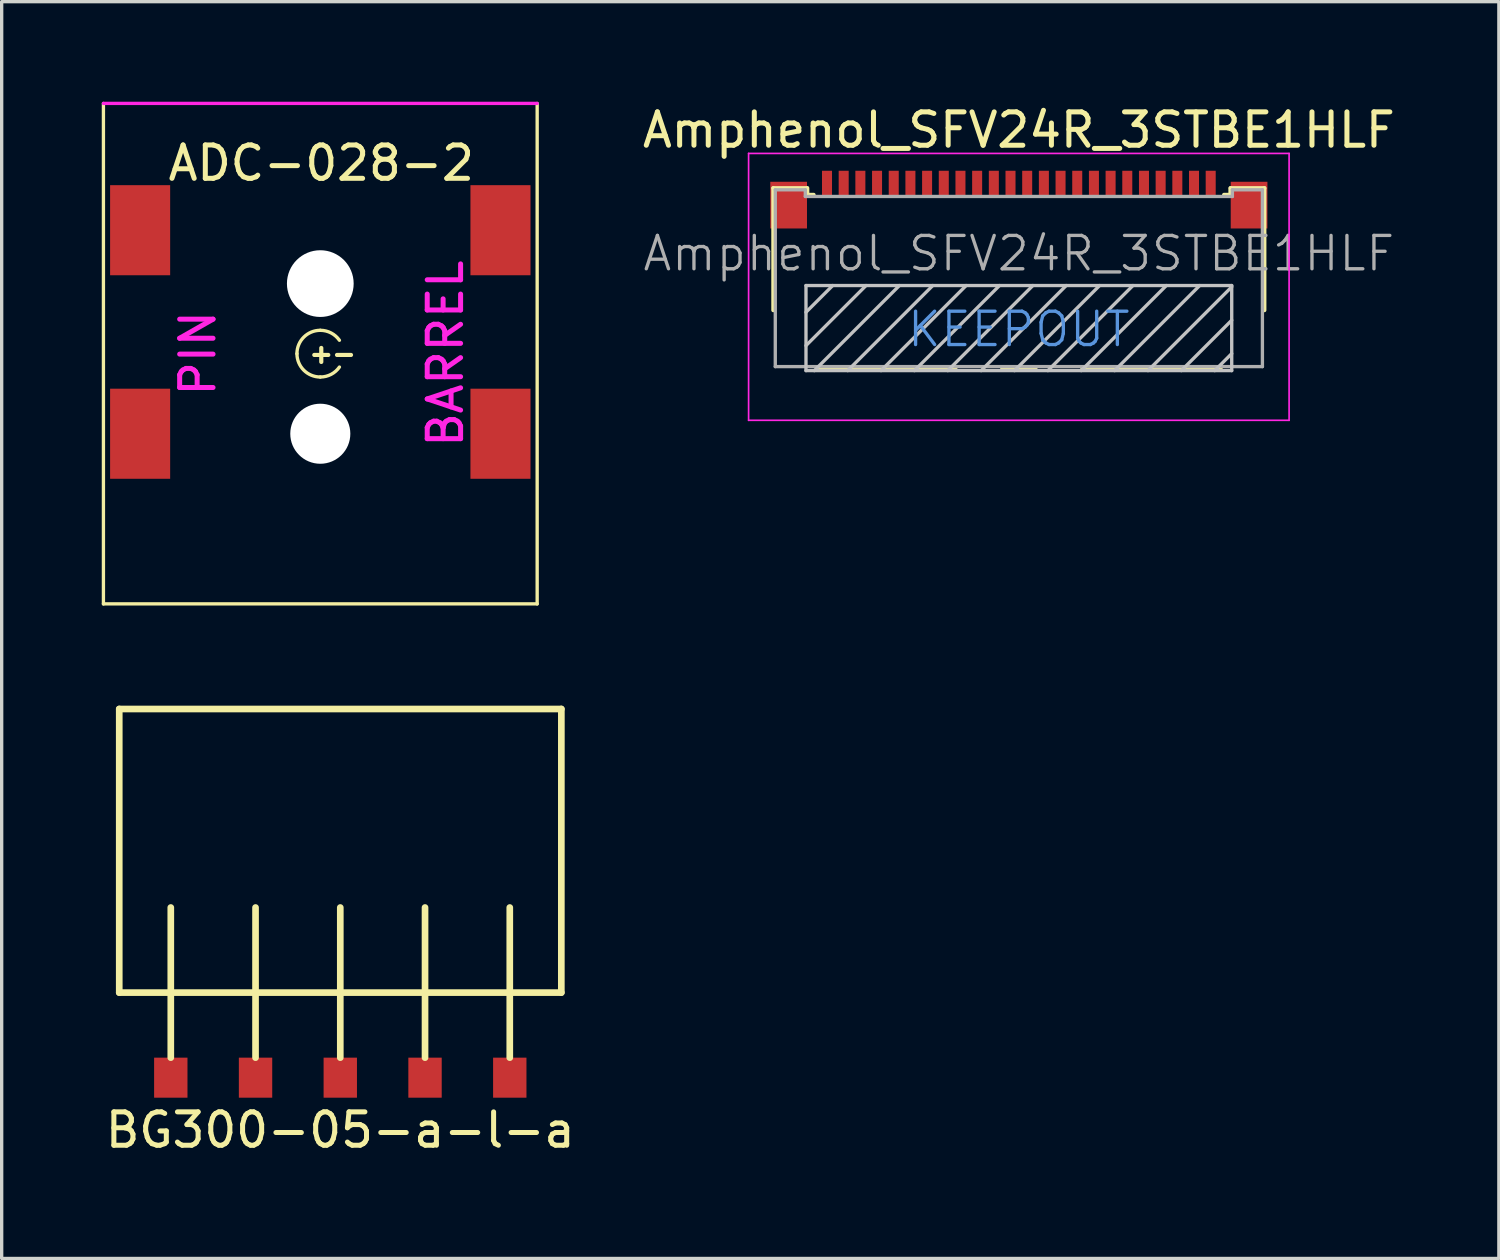
<source format=kicad_pcb>
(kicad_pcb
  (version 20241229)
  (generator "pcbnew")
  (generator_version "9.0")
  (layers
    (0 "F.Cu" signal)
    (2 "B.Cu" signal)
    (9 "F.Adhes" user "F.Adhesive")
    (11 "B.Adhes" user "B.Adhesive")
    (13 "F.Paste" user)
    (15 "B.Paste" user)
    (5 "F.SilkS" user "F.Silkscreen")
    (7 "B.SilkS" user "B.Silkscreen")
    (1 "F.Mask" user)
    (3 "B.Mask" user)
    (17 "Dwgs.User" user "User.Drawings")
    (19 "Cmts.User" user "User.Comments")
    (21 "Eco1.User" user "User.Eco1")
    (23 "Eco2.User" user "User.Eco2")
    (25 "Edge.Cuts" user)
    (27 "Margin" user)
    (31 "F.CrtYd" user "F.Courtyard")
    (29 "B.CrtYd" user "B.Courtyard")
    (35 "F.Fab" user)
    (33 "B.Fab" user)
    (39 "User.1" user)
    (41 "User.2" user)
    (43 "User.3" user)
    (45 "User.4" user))
  (footprint "BG300-05-a-l-a"
    (layer "F.Cu")
    (at 7.149 29.25)
    (property "Reference" "BG300-05-a-l-a" (at 0 1.57 0) (layer "F.SilkS") (effects (font (size 1 1) (thickness 0.15))))
    (attr through_hole)
    (fp_line (start -6.625 -11.05) (end -6.625 -2.55) (stroke (width 0.2) (type solid)) (layer "F.SilkS"))
    (fp_line (start -6.625 -2.55) (end 6.625 -2.55) (stroke (width 0.2) (type solid)) (layer "F.SilkS"))
    (fp_line (start -5.08 -0.6) (end -5.08 -5.1) (stroke (width 0.2) (type solid)) (layer "F.SilkS"))
    (fp_line (start -2.54 -0.6) (end -2.54 -5.1) (stroke (width 0.2) (type solid)) (layer "F.SilkS"))
    (fp_line (start 0 -0.6) (end 0 -5.1) (stroke (width 0.2) (type solid)) (layer "F.SilkS"))
    (fp_line (start 2.54 -0.6) (end 2.54 -5.1) (stroke (width 0.2) (type solid)) (layer "F.SilkS"))
    (fp_line (start 5.08 -0.6) (end 5.08 -5.1) (stroke (width 0.2) (type solid)) (layer "F.SilkS"))
    (fp_line (start 6.625 -11.05) (end -6.625 -11.05) (stroke (width 0.2) (type solid)) (layer "F.SilkS"))
    (fp_line (start 6.625 -2.55) (end 6.626 -11.05) (stroke (width 0.2) (type solid)) (layer "F.SilkS"))
    (pad "1" smd rect (at -5.08 0) (size 1 1.2) (layers "F.Cu" "F.Mask" "F.Paste"))
    (pad "2" smd rect (at -2.54 0) (size 1 1.2) (layers "F.Cu" "F.Mask" "F.Paste"))
    (pad "3" smd rect (at 0 0) (size 1 1.2) (layers "F.Cu" "F.Mask" "F.Paste"))
    (pad "4" smd rect (at 2.54 0) (size 1 1.2) (layers "F.Cu" "F.Mask" "F.Paste"))
    (pad "5" smd rect (at 5.08 0) (size 1 1.2) (layers "F.Cu" "F.Mask" "F.Paste")))
  (footprint "Amphenol_SFV24R_3STBE1HLF"
    (layer "F.Cu")
    (at 27.487 5.548)
    (property "Reference" "Amphenol_SFV24R_3STBE1HLF" (at 0 -4.7 0) (layer "F.SilkS") (effects (font (size 1 1) (thickness 0.15))))
    (attr smd)
    (fp_line (start -7.36 -2.96) (end -6.35 -2.96) (stroke (width 0.12) (type solid)) (layer "F.SilkS"))
    (fp_line (start -7.36 0.7) (end -7.36 -2.96) (stroke (width 0.12) (type solid)) (layer "F.SilkS"))
    (fp_line (start -6.34 -2.76) (end -6.34 -2.96) (stroke (width 0.12) (type solid)) (layer "F.SilkS"))
    (fp_line (start -6.34 -2.76) (end -6.15 -2.76) (stroke (width 0.12) (type solid)) (layer "F.SilkS"))
    (fp_line (start -6.05 2.45) (end -1.9 2.45) (stroke (width 0.12) (type solid)) (layer "F.SilkS"))
    (fp_line (start -0.5 2.45) (end 0.5 2.45) (stroke (width 0.12) (type solid)) (layer "F.SilkS"))
    (fp_line (start 1.9 2.45) (end 6.05 2.45) (stroke (width 0.12) (type solid)) (layer "F.SilkS"))
    (fp_line (start 6.34 -2.96) (end 6.34 -2.76) (stroke (width 0.12) (type solid)) (layer "F.SilkS"))
    (fp_line (start 6.34 -2.76) (end 6.15 -2.76) (stroke (width 0.12) (type solid)) (layer "F.SilkS"))
    (fp_line (start 6.35 -2.96) (end 7.36 -2.96) (stroke (width 0.12) (type solid)) (layer "F.SilkS"))
    (fp_line (start 7.36 -2.96) (end 7.36 0.7) (stroke (width 0.12) (type solid)) (layer "F.SilkS"))
    (fp_line (start -6.38 -0.04) (end 6.38 -0.04) (stroke (width 0.1) (type solid)) (layer "Dwgs.User"))
    (fp_line (start -6.38 0.76) (end -5.58 -0.04) (stroke (width 0.1) (type solid)) (layer "Dwgs.User"))
    (fp_line (start -6.38 1.76) (end -4.58 -0.04) (stroke (width 0.1) (type solid)) (layer "Dwgs.User"))
    (fp_line (start -6.38 2.51) (end -6.38 -0.04) (stroke (width 0.1) (type solid)) (layer "Dwgs.User"))
    (fp_line (start -6.13 2.51) (end -3.58 -0.04) (stroke (width 0.1) (type solid)) (layer "Dwgs.User"))
    (fp_line (start -5.13 2.51) (end -2.58 -0.04) (stroke (width 0.1) (type solid)) (layer "Dwgs.User"))
    (fp_line (start -4.13 2.51) (end -1.58 -0.04) (stroke (width 0.1) (type solid)) (layer "Dwgs.User"))
    (fp_line (start -3.13 2.51) (end -0.58 -0.04) (stroke (width 0.1) (type solid)) (layer "Dwgs.User"))
    (fp_line (start -2.13 2.51) (end 0.42 -0.04) (stroke (width 0.1) (type solid)) (layer "Dwgs.User"))
    (fp_line (start -1.13 2.51) (end 1.42 -0.04) (stroke (width 0.1) (type solid)) (layer "Dwgs.User"))
    (fp_line (start -0.13 2.51) (end 2.42 -0.04) (stroke (width 0.1) (type solid)) (layer "Dwgs.User"))
    (fp_line (start 0.87 2.51) (end 3.42 -0.04) (stroke (width 0.1) (type solid)) (layer "Dwgs.User"))
    (fp_line (start 1.87 2.51) (end 4.42 -0.04) (stroke (width 0.1) (type solid)) (layer "Dwgs.User"))
    (fp_line (start 2.87 2.51) (end 5.42 -0.04) (stroke (width 0.1) (type solid)) (layer "Dwgs.User"))
    (fp_line (start 3.87 2.51) (end 6.38 0) (stroke (width 0.1) (type solid)) (layer "Dwgs.User"))
    (fp_line (start 4.87 2.51) (end 6.38 1) (stroke (width 0.1) (type solid)) (layer "Dwgs.User"))
    (fp_line (start 5.87 2.51) (end 6.38 2) (stroke (width 0.1) (type solid)) (layer "Dwgs.User"))
    (fp_line (start 6.38 -0.04) (end 6.38 2.51) (stroke (width 0.1) (type solid)) (layer "Dwgs.User"))
    (fp_line (start 6.38 2.51) (end -6.38 2.51) (stroke (width 0.1) (type solid)) (layer "Dwgs.User"))
    (fp_line (start -8.1 -4) (end 8.1 -4) (stroke (width 0.05) (type solid)) (layer "F.CrtYd"))
    (fp_line (start -8.1 4) (end -8.1 -4) (stroke (width 0.05) (type solid)) (layer "F.CrtYd"))
    (fp_line (start 8.1 -4) (end 8.1 4) (stroke (width 0.05) (type solid)) (layer "F.CrtYd"))
    (fp_line (start 8.1 4) (end -8.1 4) (stroke (width 0.05) (type solid)) (layer "F.CrtYd"))
    (fp_line (start -7.3 -2.91) (end -7.3 2.39) (stroke (width 0.1) (type solid)) (layer "F.Fab"))
    (fp_line (start -7.3 2.39) (end 7.3 2.39) (stroke (width 0.1) (type solid)) (layer "F.Fab"))
    (fp_line (start -6.4 -2.91) (end -7.3 -2.91) (stroke (width 0.1) (type solid)) (layer "F.Fab"))
    (fp_line (start -6.4 -2.71) (end -6.4 -2.91) (stroke (width 0.1) (type solid)) (layer "F.Fab"))
    (fp_line (start 6.4 -2.91) (end 6.4 -2.71) (stroke (width 0.1) (type solid)) (layer "F.Fab"))
    (fp_line (start 6.4 -2.71) (end -6.4 -2.71) (stroke (width 0.1) (type solid)) (layer "F.Fab"))
    (fp_line (start 7.3 -2.91) (end 6.4 -2.91) (stroke (width 0.1) (type solid)) (layer "F.Fab"))
    (fp_line (start 7.3 -2.91) (end 7.3 2.39) (stroke (width 0.1) (type solid)) (layer "F.Fab"))
    (fp_text user "KEEPOUT" (at 0 1.271 0) (layer "Cmts.User") (effects (font (size 1 1) (thickness 0.1))))
    (fp_text user "${REFERENCE}" (at 0 -1 0) (layer "F.Fab") (effects (font (size 1 1) (thickness 0.1))))
    (pad "1" smd rect (at -5.75 -3.08) (size 0.3 0.8) (layers "F.Cu" "F.Mask" "F.Paste"))
    (pad "2" smd rect (at -5.25 -3.08) (size 0.3 0.8) (layers "F.Cu" "F.Mask" "F.Paste"))
    (pad "3" smd rect (at -4.75 -3.08) (size 0.3 0.8) (layers "F.Cu" "F.Mask" "F.Paste"))
    (pad "4" smd rect (at -4.25 -3.08) (size 0.3 0.8) (layers "F.Cu" "F.Mask" "F.Paste"))
    (pad "5" smd rect (at -3.75 -3.08) (size 0.3 0.8) (layers "F.Cu" "F.Mask" "F.Paste"))
    (pad "6" smd rect (at -3.25 -3.08) (size 0.3 0.8) (layers "F.Cu" "F.Mask" "F.Paste"))
    (pad "7" smd rect (at -2.75 -3.08) (size 0.3 0.8) (layers "F.Cu" "F.Mask" "F.Paste"))
    (pad "8" smd rect (at -2.25 -3.08) (size 0.3 0.8) (layers "F.Cu" "F.Mask" "F.Paste"))
    (pad "9" smd rect (at -1.75 -3.08) (size 0.3 0.8) (layers "F.Cu" "F.Mask" "F.Paste"))
    (pad "10" smd rect (at -1.25 -3.08) (size 0.3 0.8) (layers "F.Cu" "F.Mask" "F.Paste"))
    (pad "11" smd rect (at -0.75 -3.08) (size 0.3 0.8) (layers "F.Cu" "F.Mask" "F.Paste"))
    (pad "12" smd rect (at -0.25 -3.08) (size 0.3 0.8) (layers "F.Cu" "F.Mask" "F.Paste"))
    (pad "13" smd rect (at 0.25 -3.08) (size 0.3 0.8) (layers "F.Cu" "F.Mask" "F.Paste"))
    (pad "14" smd rect (at 0.75 -3.08) (size 0.3 0.8) (layers "F.Cu" "F.Mask" "F.Paste"))
    (pad "15" smd rect (at 1.25 -3.08) (size 0.3 0.8) (layers "F.Cu" "F.Mask" "F.Paste"))
    (pad "16" smd rect (at 1.75 -3.08) (size 0.3 0.8) (layers "F.Cu" "F.Mask" "F.Paste"))
    (pad "17" smd rect (at 2.25 -3.08) (size 0.3 0.8) (layers "F.Cu" "F.Mask" "F.Paste"))
    (pad "18" smd rect (at 2.75 -3.08) (size 0.3 0.8) (layers "F.Cu" "F.Mask" "F.Paste"))
    (pad "19" smd rect (at 3.25 -3.08) (size 0.3 0.8) (layers "F.Cu" "F.Mask" "F.Paste"))
    (pad "20" smd rect (at 3.75 -3.08) (size 0.3 0.8) (layers "F.Cu" "F.Mask" "F.Paste"))
    (pad "21" smd rect (at 4.25 -3.08) (size 0.3 0.8) (layers "F.Cu" "F.Mask" "F.Paste"))
    (pad "22" smd rect (at 4.75 -3.08) (size 0.3 0.8) (layers "F.Cu" "F.Mask" "F.Paste"))
    (pad "23" smd rect (at 5.25 -3.08) (size 0.3 0.8) (layers "F.Cu" "F.Mask" "F.Paste"))
    (pad "24" smd rect (at 5.75 -3.08) (size 0.3 0.8) (layers "F.Cu" "F.Mask" "F.Paste"))
    (pad "25" smd rect (at -6.9 -2.45) (size 1.1 1.4) (layers "F.Cu" "F.Mask" "F.Paste"))
    (pad "25" smd rect (at 6.9 -2.45) (size 1.1 1.4) (layers "F.Cu" "F.Mask" "F.Paste")))
  (footprint "ADC-028-2"
    (layer "F.Cu")
    (at 6.55 7.55)
    (property "Reference" "ADC-028-2" (at 0.03 -5.71 0) (layer "F.SilkS") (effects (font (size 1 1) (thickness 0.15))))
    (attr through_hole)
    (fp_line (start -6.5 7.5) (end -6.5 -7.5) (stroke (width 0.1) (type solid)) (layer "F.SilkS"))
    (fp_line (start 6.5 -7.5) (end 6.5 7.5) (stroke (width 0.1) (type solid)) (layer "F.SilkS"))
    (fp_line (start 6.5 7.5) (end -6.5 7.5) (stroke (width 0.1) (type solid)) (layer "F.SilkS"))
    (fp_arc (start -0.7 0) (mid -0.494975 -0.494975) (end 0 -0.7) (stroke (width 0.1) (type solid)) (layer "F.SilkS"))
    (fp_arc (start 0 -0.7) (mid 0.323224 -0.620908) (end 0.573406 -0.401504) (stroke (width 0.1) (type solid)) (layer "F.SilkS"))
    (fp_arc (start 0 0.7) (mid -0.494975 0.494975) (end -0.7 0) (stroke (width 0.1) (type solid)) (layer "F.SilkS"))
    (fp_arc (start 0.573406 0.401504) (mid 0.323224 0.620908) (end 0 0.7) (stroke (width 0.1) (type solid)) (layer "F.SilkS"))
    (fp_line (start -6.5 -7.5) (end 6.5 -7.5) (stroke (width 0.1) (type solid)) (layer "F.CrtYd"))
    (fp_text user "+-" (at 0.37 0 0) (layer "F.SilkS") (effects (font (size 0.55 0.55) (thickness 0.125))))
    (fp_text user "BARREL" (at 3.75 0 90) (layer "F.CrtYd") (effects (font (size 1 1) (thickness 0.15))))
    (fp_text user "PIN" (at -3.67 -0.01 90) (layer "F.CrtYd") (effects (font (size 1 1) (thickness 0.15))))
    (pad "" np_thru_hole circle (at 0 -2.1) (size 2 2) (drill 2) (layers "*.Cu" "*.Mask"))
    (pad "" np_thru_hole circle (at 0 2.4) (size 1.8 1.8) (drill 1.8) (layers "*.Cu" "*.Mask"))
    (pad "1" smd rect (at -5.4 -3.7) (size 1.8 2.7) (layers "F.Cu" "F.Mask" "F.Paste"))
    (pad "1" smd rect (at -5.4 2.4) (size 1.8 2.7) (layers "F.Cu" "F.Mask" "F.Paste"))
    (pad "2" smd rect (at 5.4 -3.7) (size 1.8 2.7) (layers "F.Cu" "F.Mask" "F.Paste"))
    (pad "2" smd rect (at 5.4 2.4) (size 1.8 2.7) (layers "F.Cu" "F.Mask" "F.Paste")))
  (gr_rect
    (start -3 -3)
    (end 41.874 34.668)
    (stroke (width 0.1) (type default))
    (fill no)
    (layer "Edge.Cuts")))
</source>
